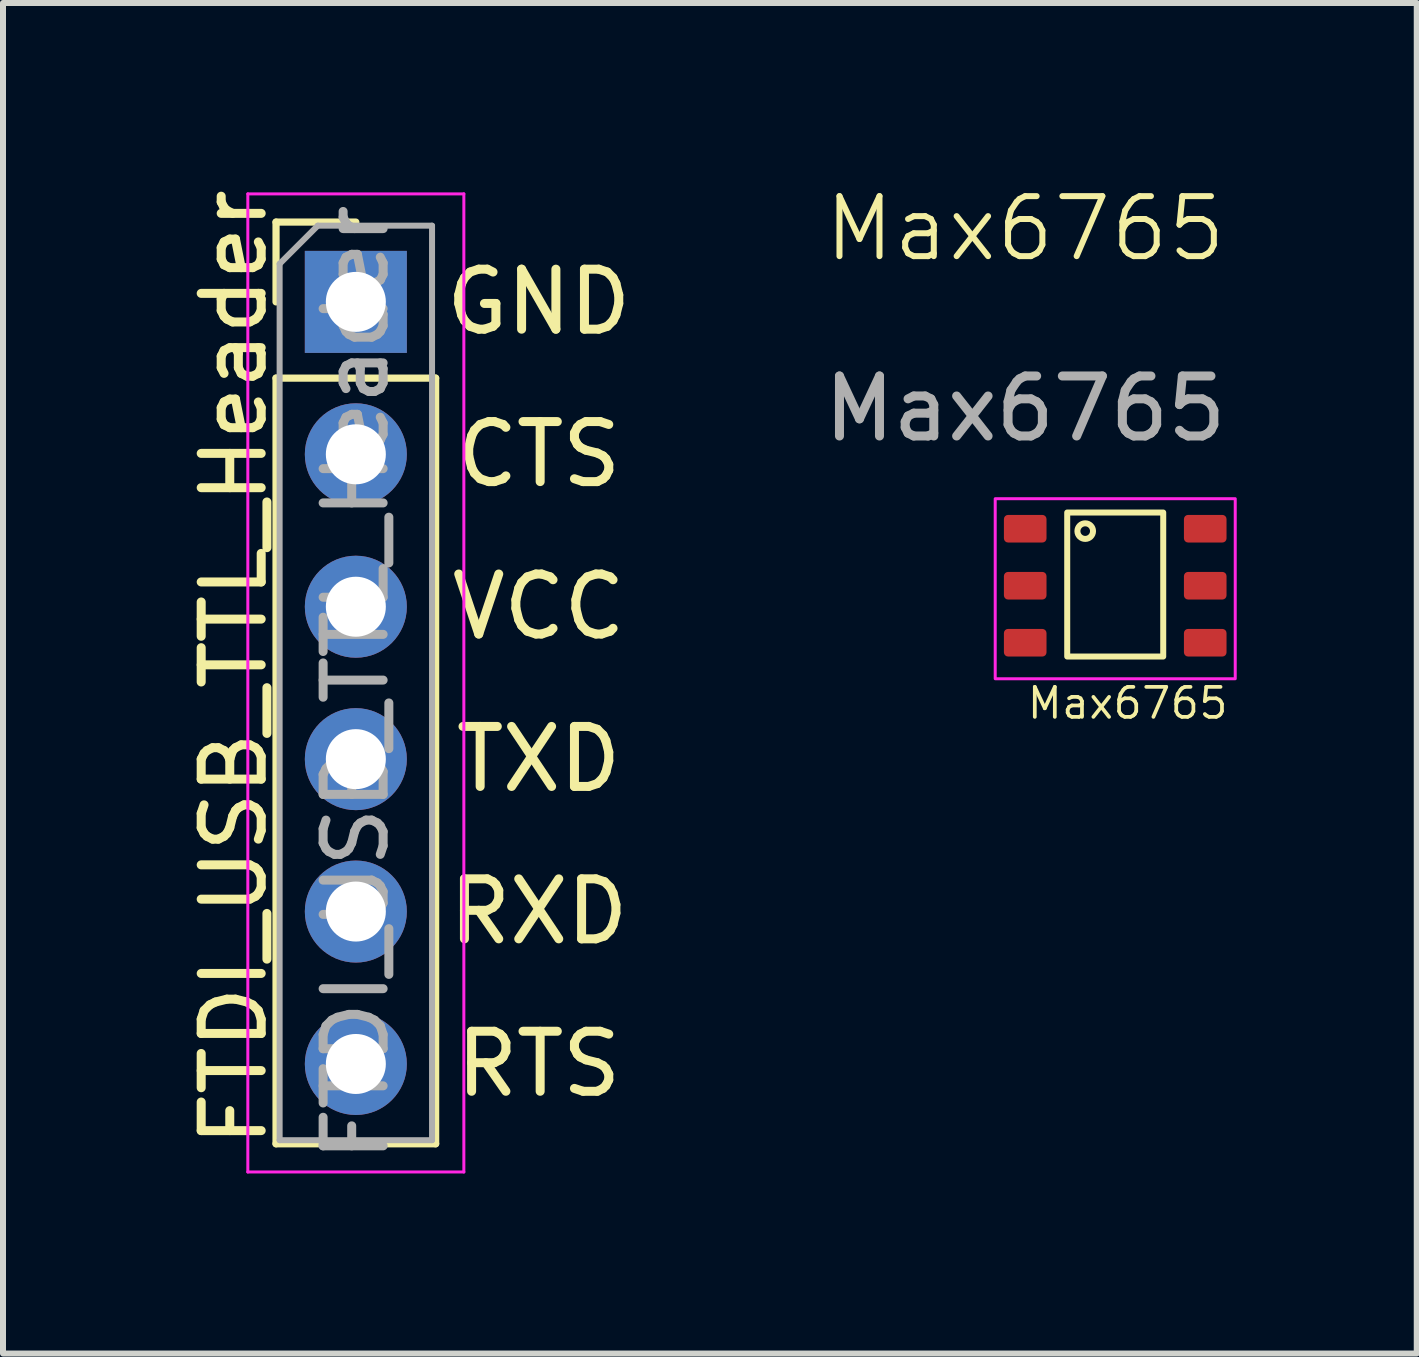
<source format=kicad_pcb>
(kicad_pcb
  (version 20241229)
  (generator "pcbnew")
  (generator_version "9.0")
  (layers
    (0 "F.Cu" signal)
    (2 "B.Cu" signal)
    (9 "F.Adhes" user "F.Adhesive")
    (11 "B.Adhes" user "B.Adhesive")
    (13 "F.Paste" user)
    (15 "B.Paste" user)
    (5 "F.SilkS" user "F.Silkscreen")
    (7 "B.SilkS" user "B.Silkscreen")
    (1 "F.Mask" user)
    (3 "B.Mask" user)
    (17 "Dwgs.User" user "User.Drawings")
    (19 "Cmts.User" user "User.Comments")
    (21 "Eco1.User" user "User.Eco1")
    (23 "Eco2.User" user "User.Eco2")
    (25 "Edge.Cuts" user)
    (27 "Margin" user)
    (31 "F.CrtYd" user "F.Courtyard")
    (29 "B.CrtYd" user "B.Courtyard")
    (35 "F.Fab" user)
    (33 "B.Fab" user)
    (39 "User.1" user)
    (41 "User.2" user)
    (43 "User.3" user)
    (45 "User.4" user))
  (footprint "FTDI_USB_TTL_Header"
    (layer "F.Cu")
    (at 2.88 1.981)
    (property "Reference" "FTDI_USB_TTL_Header" (at -2.032 6.096 90) (layer "F.SilkS") (effects (font (size 1 1) (thickness 0.15))))
    (attr through_hole)
    (fp_line (start -1.33 -1.33) (end 0 -1.33) (stroke (width 0.12) (type solid)) (layer "F.SilkS"))
    (fp_line (start -1.33 0) (end -1.33 -1.33) (stroke (width 0.12) (type solid)) (layer "F.SilkS"))
    (fp_line (start -1.33 1.27) (end -1.33 14.03) (stroke (width 0.12) (type solid)) (layer "F.SilkS"))
    (fp_line (start -1.33 1.27) (end 1.33 1.27) (stroke (width 0.12) (type solid)) (layer "F.SilkS"))
    (fp_line (start -1.33 14.03) (end 1.33 14.03) (stroke (width 0.12) (type solid)) (layer "F.SilkS"))
    (fp_line (start 1.33 1.27) (end 1.33 14.03) (stroke (width 0.12) (type solid)) (layer "F.SilkS"))
    (fp_line (start -1.8 -1.8) (end -1.8 14.5) (stroke (width 0.05) (type solid)) (layer "F.CrtYd"))
    (fp_line (start -1.8 14.5) (end 1.8 14.5) (stroke (width 0.05) (type solid)) (layer "F.CrtYd"))
    (fp_line (start 1.8 -1.8) (end -1.8 -1.8) (stroke (width 0.05) (type solid)) (layer "F.CrtYd"))
    (fp_line (start 1.8 14.5) (end 1.8 -1.8) (stroke (width 0.05) (type solid)) (layer "F.CrtYd"))
    (fp_line (start -1.27 -0.635) (end -0.635 -1.27) (stroke (width 0.1) (type solid)) (layer "F.Fab"))
    (fp_line (start -1.27 13.97) (end -1.27 -0.635) (stroke (width 0.1) (type solid)) (layer "F.Fab"))
    (fp_line (start -0.635 -1.27) (end 1.27 -1.27) (stroke (width 0.1) (type solid)) (layer "F.Fab"))
    (fp_line (start 1.27 -1.27) (end 1.27 13.97) (stroke (width 0.1) (type solid)) (layer "F.Fab"))
    (fp_line (start 1.27 13.97) (end -1.27 13.97) (stroke (width 0.1) (type solid)) (layer "F.Fab"))
    (fp_text user "TXD" (at 3.048 7.62 0) (unlocked yes) (layer "F.SilkS") (effects (font (size 1 1) (thickness 0.15))))
    (fp_text user "CTS" (at 3.048 2.54 0) (unlocked yes) (layer "F.SilkS") (effects (font (size 1 1) (thickness 0.15))))
    (fp_text user "RXD" (at 3.048 10.16 0) (unlocked yes) (layer "F.SilkS") (effects (font (size 1 1) (thickness 0.15))))
    (fp_text user "VCC" (at 3.048 5.08 0) (unlocked yes) (layer "F.SilkS") (effects (font (size 1 1) (thickness 0.15))))
    (fp_text user "GND" (at 3.048 0 0) (unlocked yes) (layer "F.SilkS") (effects (font (size 1 1) (thickness 0.15))))
    (fp_text user "RTS" (at 3.048 12.7 0) (unlocked yes) (layer "F.SilkS") (effects (font (size 1 1) (thickness 0.15))))
    (fp_text user "${REFERENCE}" (at 0 6.35 90) (layer "F.Fab") (effects (font (size 1 1) (thickness 0.15))))
    (pad "1" thru_hole rect (at 0 0) (size 1.7 1.7) (drill 1) (layers "*.Cu" "*.Mask"))
    (pad "2" thru_hole oval (at 0 2.54) (size 1.7 1.7) (drill 1) (layers "*.Cu" "*.Mask"))
    (pad "3" thru_hole oval (at 0 5.08) (size 1.7 1.7) (drill 1) (layers "*.Cu" "*.Mask"))
    (pad "4" thru_hole oval (at 0 7.62) (size 1.7 1.7) (drill 1) (layers "*.Cu" "*.Mask"))
    (pad "5" thru_hole oval (at 0 10.16) (size 1.7 1.7) (drill 1) (layers "*.Cu" "*.Mask"))
    (pad "6" thru_hole oval (at 0 12.7) (size 1.7 1.7) (drill 1) (layers "*.Cu" "*.Mask")))
  (footprint "Max6765"
    (layer "F.Cu")
    (at 14.035 5.761)
    (property "Reference" "Max6765" (at 0 -5 0) (unlocked yes) (layer "F.SilkS") (effects (font (size 1 1) (thickness 0.1))))
    (attr smd)
    (fp_rect (start 0.7 -0.27) (end 2.3 2.13) (stroke (width 0.1) (type default)) (fill no) (layer "F.SilkS"))
    (fp_circle (center 1 0.04) (end 1.05 0.16) (stroke (width 0.1) (type default)) (fill no) (layer "F.SilkS"))
    (fp_rect (start -0.5 -0.5) (end 3.5 2.5) (stroke (width 0.05) (type solid)) (fill no) (layer "F.CrtYd"))
    (fp_text user "Max6765" (at 0 3.2 0) (unlocked yes) (layer "F.SilkS") (effects (font (size 0.5 0.5) (thickness 0.062)) (justify left bottom)))
    (fp_text user "${REFERENCE}" (at 0 -2 0) (unlocked yes) (layer "F.Fab") (effects (font (size 1 1) (thickness 0.15))))
    (pad "1" smd roundrect (at 0 0) (size 0.71 0.46) (layers "F.Cu" "F.Mask" "F.Paste" "Eco1.User") (roundrect_rratio 0.15))
    (pad "2" smd roundrect (at 0 0.95) (size 0.71 0.46) (layers "F.Cu" "F.Mask" "F.Paste" "Eco1.User") (roundrect_rratio 0.15))
    (pad "3" smd roundrect (at 0 1.9) (size 0.71 0.46) (layers "F.Cu" "F.Mask" "F.Paste" "Eco1.User") (roundrect_rratio 0.15))
    (pad "4" smd roundrect (at 3 0) (size 0.71 0.46) (layers "F.Cu" "F.Mask" "F.Paste" "Eco1.User") (roundrect_rratio 0.15))
    (pad "5" smd roundrect (at 3 0.95) (size 0.71 0.46) (layers "F.Cu" "F.Mask" "F.Paste" "Eco1.User") (roundrect_rratio 0.15))
    (pad "6" smd roundrect (at 3 1.9) (size 0.71 0.46) (layers "F.Cu" "F.Mask" "F.Paste" "Eco1.User") (roundrect_rratio 0.15)))
  (gr_rect
    (start -3 -3)
    (end 20.56 19.506)
    (stroke (width 0.1) (type default))
    (fill no)
    (layer "Edge.Cuts")))
</source>
